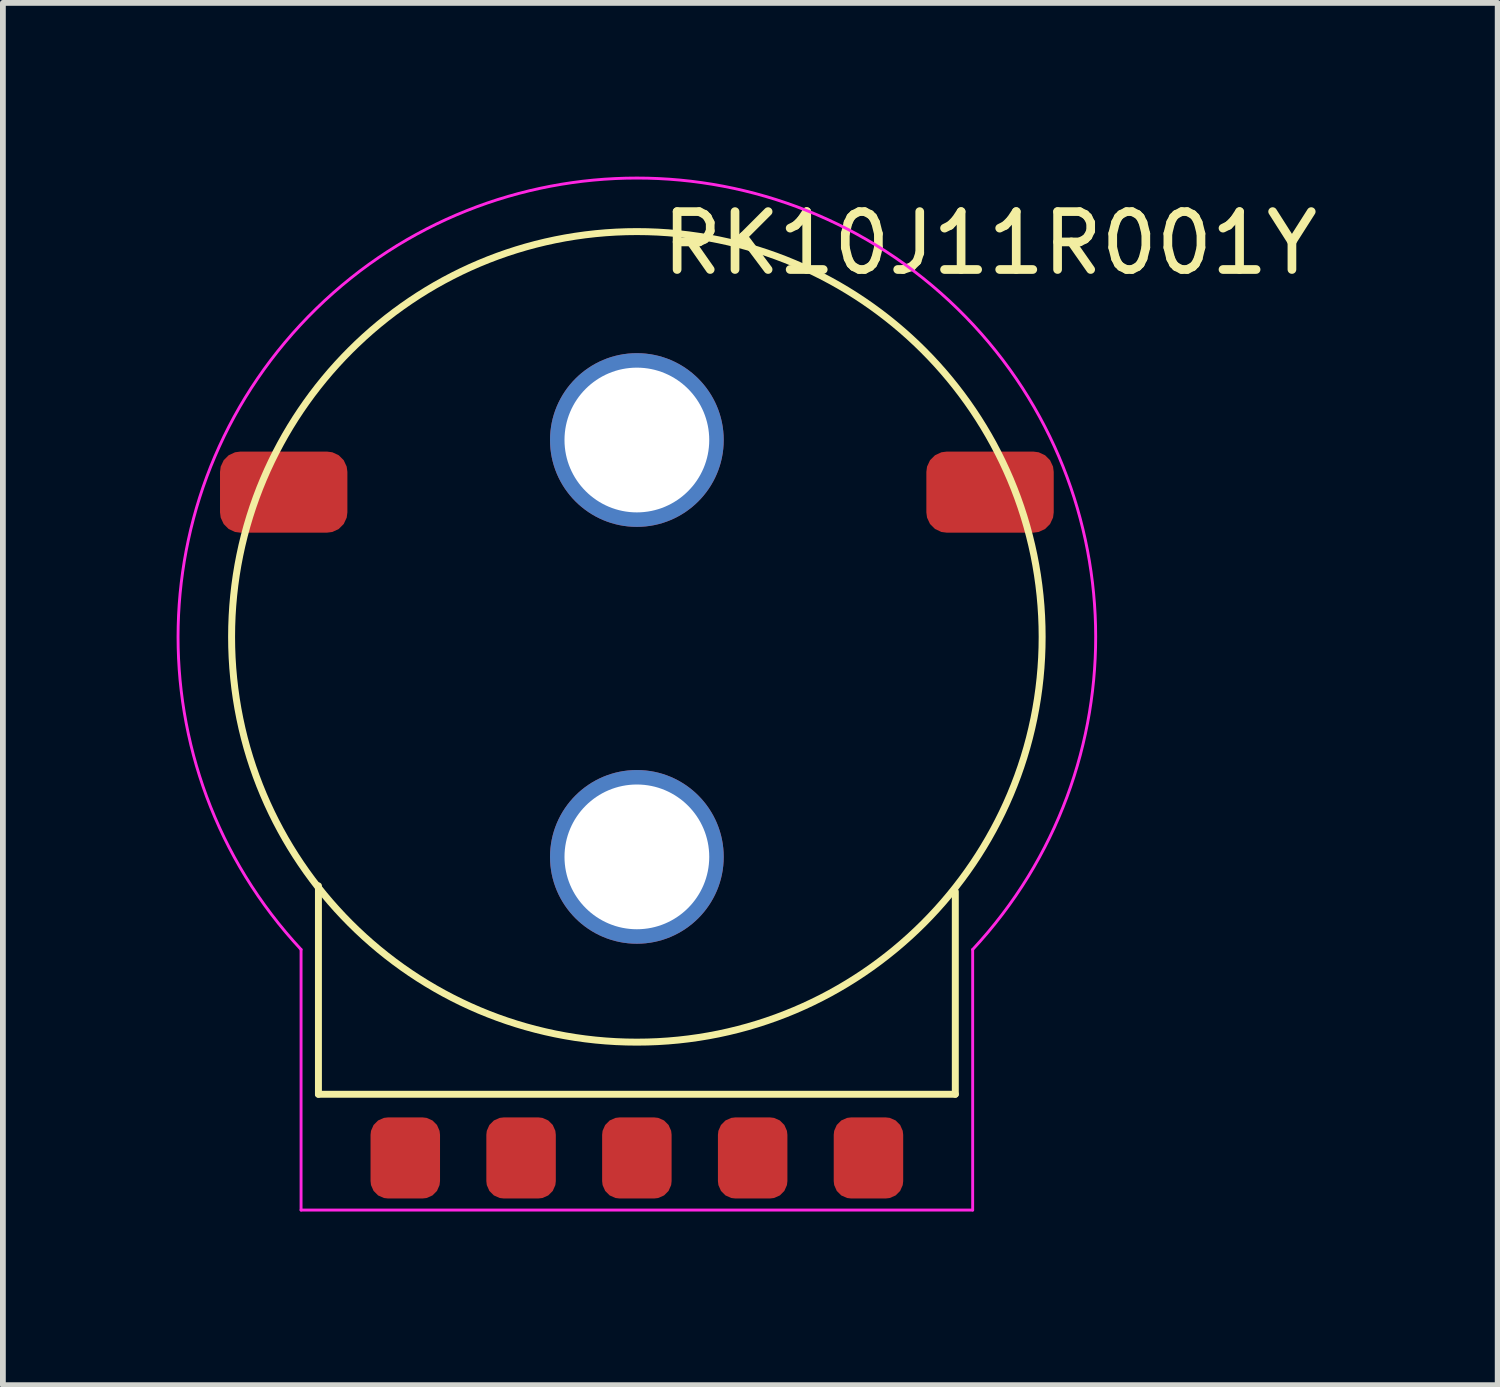
<source format=kicad_pcb>
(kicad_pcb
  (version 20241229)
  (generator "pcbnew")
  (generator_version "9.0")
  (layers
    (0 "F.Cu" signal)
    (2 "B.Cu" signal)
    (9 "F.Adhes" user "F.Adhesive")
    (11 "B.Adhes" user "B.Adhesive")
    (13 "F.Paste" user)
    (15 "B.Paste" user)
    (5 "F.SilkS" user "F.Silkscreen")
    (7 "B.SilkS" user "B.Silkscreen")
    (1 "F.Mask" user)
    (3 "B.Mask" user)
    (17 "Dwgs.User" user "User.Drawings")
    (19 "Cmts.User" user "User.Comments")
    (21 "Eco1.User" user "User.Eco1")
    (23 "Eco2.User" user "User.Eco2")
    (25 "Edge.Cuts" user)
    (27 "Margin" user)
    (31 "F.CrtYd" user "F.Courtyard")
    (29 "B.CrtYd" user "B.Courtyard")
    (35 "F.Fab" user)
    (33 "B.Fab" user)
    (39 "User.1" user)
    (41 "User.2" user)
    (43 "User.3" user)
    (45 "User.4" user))
  (footprint "RK10J11R001Y"
    (layer "F.Cu")
    (at 7.95 7.95)
    (property "Reference" "RK10J11R001Y" (at 6.1 -6.8 0) (unlocked yes) (layer "F.SilkS") (effects (font (size 1 1) (thickness 0.15))))
    (attr smd)
    (fp_line (start -5.5 7.9) (end -5.5 4.3) (stroke (width 0.12) (type solid)) (layer "F.SilkS"))
    (fp_line (start 5.5 4.4) (end 5.5 7.9) (stroke (width 0.12) (type solid)) (layer "F.SilkS"))
    (fp_line (start 5.5 7.9) (end -5.5 7.9) (stroke (width 0.12) (type solid)) (layer "F.SilkS"))
    (fp_circle (center 0 0) (end 7 0) (stroke (width 0.12) (type solid)) (fill no) (layer "F.SilkS"))
    (fp_line (start -5.8 9.9) (end -5.8 5.4) (stroke (width 0.05) (type solid)) (layer "F.CrtYd"))
    (fp_line (start 5.8 5.4) (end 5.8 9.9) (stroke (width 0.05) (type solid)) (layer "F.CrtYd"))
    (fp_line (start 5.8 9.9) (end -5.8 9.9) (stroke (width 0.05) (type solid)) (layer "F.CrtYd"))
    (fp_arc (start -5.8 5.4) (mid 0 -7.924645) (end 5.8 5.4) (stroke (width 0.05) (type solid)) (layer "F.CrtYd"))
    (pad "" smd roundrect (at -6.1 -2.5 180) (size 2.2 1.4) (layers "F.Cu" "F.Mask" "F.Paste") (roundrect_rratio 0.25))
    (pad "" thru_hole circle (at 0 -3.4 180) (size 3 3) (drill 2.5) (layers "*.Cu" "*.Mask"))
    (pad "" thru_hole circle (at 0 3.8 180) (size 3 3) (drill 2.5) (layers "*.Cu" "*.Mask"))
    (pad "" smd roundrect (at 0 9) (size 1.2 1.4) (layers "F.Cu" "F.Mask" "F.Paste") (roundrect_rratio 0.25))
    (pad "" smd roundrect (at 2 9) (size 1.2 1.4) (layers "F.Cu" "F.Mask" "F.Paste") (roundrect_rratio 0.25))
    (pad "" smd roundrect (at 6.1 -2.5 180) (size 2.2 1.4) (layers "F.Cu" "F.Mask" "F.Paste") (roundrect_rratio 0.25))
    (pad "1" smd roundrect (at -4 9) (size 1.2 1.4) (layers "F.Cu" "F.Mask" "F.Paste") (roundrect_rratio 0.25))
    (pad "2" smd roundrect (at -2 9) (size 1.2 1.4) (layers "F.Cu" "F.Mask" "F.Paste") (roundrect_rratio 0.25))
    (pad "3" smd roundrect (at 4 9) (size 1.2 1.4) (layers "F.Cu" "F.Mask" "F.Paste") (roundrect_rratio 0.25)))
  (gr_rect
    (start -3 -3)
    (end 22.818 20.875)
    (stroke (width 0.1) (type default))
    (fill no)
    (layer "Edge.Cuts")))
</source>
